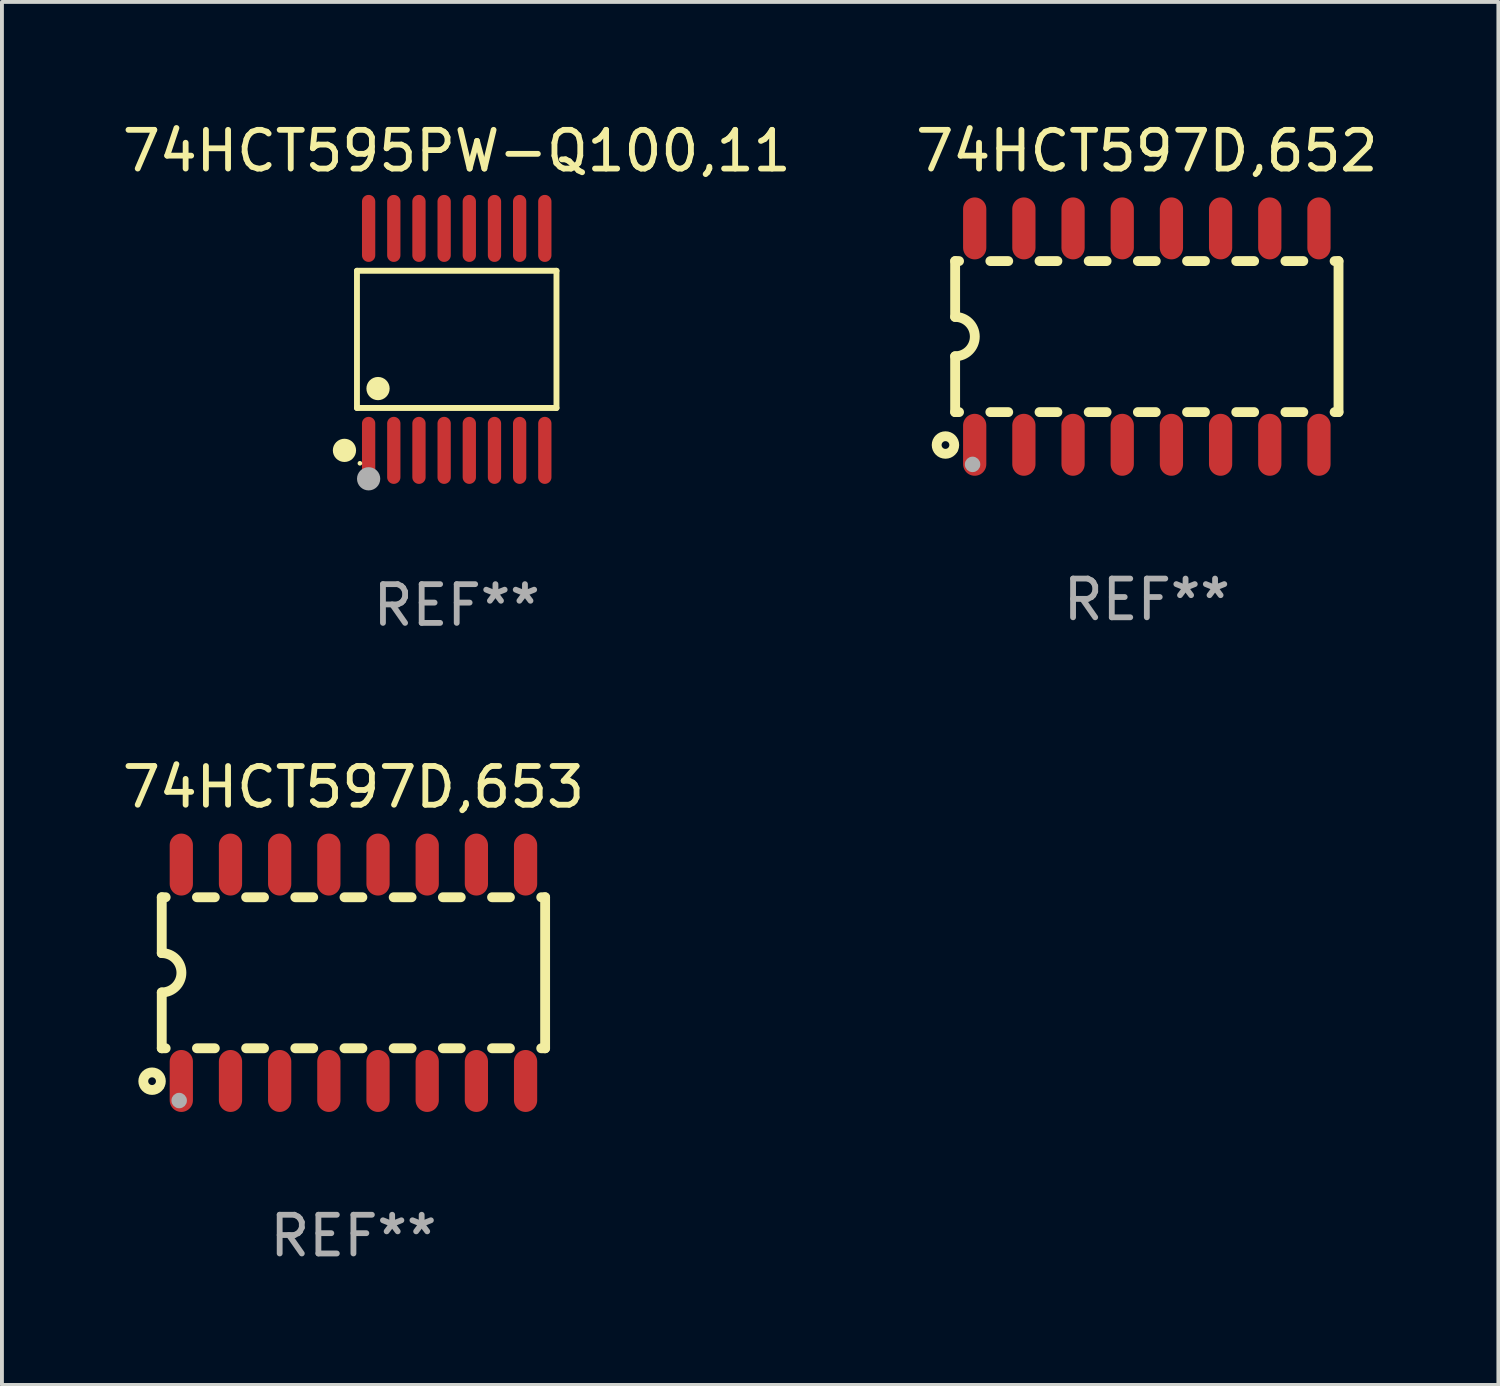
<source format=kicad_pcb>
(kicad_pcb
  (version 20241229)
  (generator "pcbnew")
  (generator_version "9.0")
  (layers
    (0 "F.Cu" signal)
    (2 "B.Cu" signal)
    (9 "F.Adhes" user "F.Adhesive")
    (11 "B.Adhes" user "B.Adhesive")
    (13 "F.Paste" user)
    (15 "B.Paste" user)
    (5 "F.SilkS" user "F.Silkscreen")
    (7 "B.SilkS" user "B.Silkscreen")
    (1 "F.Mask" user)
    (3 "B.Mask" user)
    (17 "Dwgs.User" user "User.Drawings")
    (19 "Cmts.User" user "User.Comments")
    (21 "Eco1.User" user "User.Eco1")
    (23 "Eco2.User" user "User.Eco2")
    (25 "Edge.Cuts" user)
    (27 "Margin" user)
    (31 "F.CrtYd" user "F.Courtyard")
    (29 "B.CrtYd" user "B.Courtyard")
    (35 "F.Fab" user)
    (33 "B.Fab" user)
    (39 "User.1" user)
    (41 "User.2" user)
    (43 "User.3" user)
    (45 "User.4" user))
  (footprint "74HCT597D,653"
    (layer "F.Cu")
    (at 6.077 22.07)
    (property "Reference" "74HCT597D,653" (at 0 -4.794 0) (layer "F.SilkS") (effects (font (size 1 1) (thickness 0.15))))
    (attr through_hole)
    (fp_line (start -4.95 -1.95) (end -4.95 -0.508) (stroke (width 0.254) (type solid)) (layer "F.SilkS"))
    (fp_line (start -4.95 -1.95) (end -4.849 -1.95) (stroke (width 0.254) (type solid)) (layer "F.SilkS"))
    (fp_line (start -4.95 1.95) (end -4.95 0.508) (stroke (width 0.254) (type solid)) (layer "F.SilkS"))
    (fp_line (start -4.95 1.95) (end -4.849 1.95) (stroke (width 0.254) (type solid)) (layer "F.SilkS"))
    (fp_line (start -4.041 -1.95) (end -3.579 -1.95) (stroke (width 0.254) (type solid)) (layer "F.SilkS"))
    (fp_line (start -4.041 1.95) (end -3.579 1.95) (stroke (width 0.254) (type solid)) (layer "F.SilkS"))
    (fp_line (start -2.771 -1.95) (end -2.309 -1.95) (stroke (width 0.254) (type solid)) (layer "F.SilkS"))
    (fp_line (start -2.771 1.95) (end -2.309 1.95) (stroke (width 0.254) (type solid)) (layer "F.SilkS"))
    (fp_line (start -1.501 -1.95) (end -1.039 -1.95) (stroke (width 0.254) (type solid)) (layer "F.SilkS"))
    (fp_line (start -1.501 1.95) (end -1.039 1.95) (stroke (width 0.254) (type solid)) (layer "F.SilkS"))
    (fp_line (start -0.231 -1.95) (end 0.231 -1.95) (stroke (width 0.254) (type solid)) (layer "F.SilkS"))
    (fp_line (start -0.231 1.95) (end 0.231 1.95) (stroke (width 0.254) (type solid)) (layer "F.SilkS"))
    (fp_line (start 1.039 -1.95) (end 1.501 -1.95) (stroke (width 0.254) (type solid)) (layer "F.SilkS"))
    (fp_line (start 1.039 1.95) (end 1.501 1.95) (stroke (width 0.254) (type solid)) (layer "F.SilkS"))
    (fp_line (start 2.309 -1.95) (end 2.771 -1.95) (stroke (width 0.254) (type solid)) (layer "F.SilkS"))
    (fp_line (start 2.309 1.95) (end 2.771 1.95) (stroke (width 0.254) (type solid)) (layer "F.SilkS"))
    (fp_line (start 3.579 -1.95) (end 4.041 -1.95) (stroke (width 0.254) (type solid)) (layer "F.SilkS"))
    (fp_line (start 3.579 1.95) (end 4.041 1.95) (stroke (width 0.254) (type solid)) (layer "F.SilkS"))
    (fp_line (start 4.849 -1.95) (end 4.95 -1.95) (stroke (width 0.254) (type solid)) (layer "F.SilkS"))
    (fp_line (start 4.849 1.95) (end 4.95 1.95) (stroke (width 0.254) (type solid)) (layer "F.SilkS"))
    (fp_line (start 4.95 -1.95) (end 4.95 1.95) (stroke (width 0.254) (type solid)) (layer "F.SilkS"))
    (fp_arc (start -4.95047 -0.508001) (mid -4.442469 -0.000228) (end -4.950013 0.508001) (stroke (width 0.254001) (type solid)) (layer "F.SilkS"))
    (fp_circle (center -5.2 2.8) (end -5.1 2.8) (stroke (width 0.254) (type solid)) (fill no) (layer "F.SilkS"))
    (fp_circle (center -4.95 2.947) (end -4.92 2.947) (stroke (width 0.06) (type solid)) (fill no) (layer "F.SilkS"))
    (fp_circle (center -4.5 3.3) (end -4.4 3.3) (stroke (width 0.2) (type solid)) (fill no) (layer "F.Fab"))
    (fp_text user "REF**" (at 0 6.794 0) (layer "F.Fab") (effects (font (size 1 1) (thickness 0.15))))
    (pad "1" smd oval (at -4.445 2.794) (size 0.6 1.6) (layers "F.Cu" "F.Mask" "F.Paste"))
    (pad "2" smd oval (at -3.175 2.794) (size 0.6 1.6) (layers "F.Cu" "F.Mask" "F.Paste"))
    (pad "3" smd oval (at -1.905 2.794) (size 0.6 1.6) (layers "F.Cu" "F.Mask" "F.Paste"))
    (pad "4" smd oval (at -0.635 2.794) (size 0.6 1.6) (layers "F.Cu" "F.Mask" "F.Paste"))
    (pad "5" smd oval (at 0.635 2.794) (size 0.6 1.6) (layers "F.Cu" "F.Mask" "F.Paste"))
    (pad "6" smd oval (at 1.905 2.794) (size 0.6 1.6) (layers "F.Cu" "F.Mask" "F.Paste"))
    (pad "7" smd oval (at 3.175 2.794) (size 0.6 1.6) (layers "F.Cu" "F.Mask" "F.Paste"))
    (pad "8" smd oval (at 4.445 2.794) (size 0.6 1.6) (layers "F.Cu" "F.Mask" "F.Paste"))
    (pad "9" smd oval (at 4.445 -2.794) (size 0.6 1.6) (layers "F.Cu" "F.Mask" "F.Paste"))
    (pad "10" smd oval (at 3.175 -2.794) (size 0.6 1.6) (layers "F.Cu" "F.Mask" "F.Paste"))
    (pad "11" smd oval (at 1.905 -2.794) (size 0.6 1.6) (layers "F.Cu" "F.Mask" "F.Paste"))
    (pad "12" smd oval (at 0.635 -2.794) (size 0.6 1.6) (layers "F.Cu" "F.Mask" "F.Paste"))
    (pad "13" smd oval (at -0.635 -2.794) (size 0.6 1.6) (layers "F.Cu" "F.Mask" "F.Paste"))
    (pad "14" smd oval (at -1.905 -2.794) (size 0.6 1.6) (layers "F.Cu" "F.Mask" "F.Paste"))
    (pad "15" smd oval (at -3.175 -2.794) (size 0.6 1.6) (layers "F.Cu" "F.Mask" "F.Paste"))
    (pad "16" smd oval (at -4.445 -2.794) (size 0.6 1.6) (layers "F.Cu" "F.Mask" "F.Paste")))
  (footprint "74HCT595PW-Q100,11"
    (layer "F.Cu")
    (at 8.744 5.714)
    (property "Reference" "74HCT595PW-Q100,11" (at 0 -4.866 0) (layer "F.SilkS") (effects (font (size 1 1) (thickness 0.15))))
    (attr through_hole)
    (fp_line (start -2.576 -1.772) (end 2.576 -1.772) (stroke (width 0.152) (type solid)) (layer "F.SilkS"))
    (fp_line (start -2.576 1.771) (end -2.576 -1.772) (stroke (width 0.152) (type solid)) (layer "F.SilkS"))
    (fp_line (start 2.576 -1.772) (end 2.576 1.771) (stroke (width 0.152) (type solid)) (layer "F.SilkS"))
    (fp_line (start 2.576 1.771) (end -2.576 1.771) (stroke (width 0.152) (type solid)) (layer "F.SilkS"))
    (fp_circle (center -2.899 2.866) (end -2.749 2.866) (stroke (width 0.3) (type solid)) (fill no) (layer "F.SilkS"))
    (fp_circle (center -2.5 3.2) (end -2.47 3.2) (stroke (width 0.06) (type solid)) (fill no) (layer "F.SilkS"))
    (fp_circle (center -2.032 1.27) (end -1.882 1.27) (stroke (width 0.3) (type solid)) (fill no) (layer "F.SilkS"))
    (fp_circle (center -2.275 3.6) (end -2.125 3.6) (stroke (width 0.3) (type solid)) (fill no) (layer "F.Fab"))
    (fp_text user "REF**" (at 0 6.866 0) (layer "F.Fab") (effects (font (size 1 1) (thickness 0.15))))
    (pad "1" smd oval (at -2.275 2.866) (size 0.343 1.731) (layers "F.Cu" "F.Mask" "F.Paste"))
    (pad "2" smd oval (at -1.625 2.866) (size 0.343 1.731) (layers "F.Cu" "F.Mask" "F.Paste"))
    (pad "3" smd oval (at -0.975 2.866) (size 0.343 1.731) (layers "F.Cu" "F.Mask" "F.Paste"))
    (pad "4" smd oval (at -0.325 2.866) (size 0.343 1.731) (layers "F.Cu" "F.Mask" "F.Paste"))
    (pad "5" smd oval (at 0.325 2.866) (size 0.343 1.731) (layers "F.Cu" "F.Mask" "F.Paste"))
    (pad "6" smd oval (at 0.975 2.866) (size 0.343 1.731) (layers "F.Cu" "F.Mask" "F.Paste"))
    (pad "7" smd oval (at 1.625 2.866) (size 0.343 1.731) (layers "F.Cu" "F.Mask" "F.Paste"))
    (pad "8" smd oval (at 2.275 2.866) (size 0.343 1.731) (layers "F.Cu" "F.Mask" "F.Paste"))
    (pad "9" smd oval (at 2.275 -2.866) (size 0.343 1.731) (layers "F.Cu" "F.Mask" "F.Paste"))
    (pad "10" smd oval (at 1.625 -2.866) (size 0.343 1.731) (layers "F.Cu" "F.Mask" "F.Paste"))
    (pad "11" smd oval (at 0.975 -2.866) (size 0.343 1.731) (layers "F.Cu" "F.Mask" "F.Paste"))
    (pad "12" smd oval (at 0.325 -2.866) (size 0.343 1.731) (layers "F.Cu" "F.Mask" "F.Paste"))
    (pad "13" smd oval (at -0.325 -2.866) (size 0.343 1.731) (layers "F.Cu" "F.Mask" "F.Paste"))
    (pad "14" smd oval (at -0.975 -2.866) (size 0.343 1.731) (layers "F.Cu" "F.Mask" "F.Paste"))
    (pad "15" smd oval (at -1.625 -2.866) (size 0.343 1.731) (layers "F.Cu" "F.Mask" "F.Paste"))
    (pad "16" smd oval (at -2.275 -2.866) (size 0.343 1.731) (layers "F.Cu" "F.Mask" "F.Paste")))
  (footprint "74HCT597D,652"
    (layer "F.Cu")
    (at 26.565 5.642)
    (property "Reference" "74HCT597D,652" (at 0 -4.794 0) (layer "F.SilkS") (effects (font (size 1 1) (thickness 0.15))))
    (attr through_hole)
    (fp_line (start -4.95 -1.95) (end -4.95 -0.508) (stroke (width 0.254) (type solid)) (layer "F.SilkS"))
    (fp_line (start -4.95 -1.95) (end -4.849 -1.95) (stroke (width 0.254) (type solid)) (layer "F.SilkS"))
    (fp_line (start -4.95 1.95) (end -4.95 0.508) (stroke (width 0.254) (type solid)) (layer "F.SilkS"))
    (fp_line (start -4.95 1.95) (end -4.849 1.95) (stroke (width 0.254) (type solid)) (layer "F.SilkS"))
    (fp_line (start -4.041 -1.95) (end -3.579 -1.95) (stroke (width 0.254) (type solid)) (layer "F.SilkS"))
    (fp_line (start -4.041 1.95) (end -3.579 1.95) (stroke (width 0.254) (type solid)) (layer "F.SilkS"))
    (fp_line (start -2.771 -1.95) (end -2.309 -1.95) (stroke (width 0.254) (type solid)) (layer "F.SilkS"))
    (fp_line (start -2.771 1.95) (end -2.309 1.95) (stroke (width 0.254) (type solid)) (layer "F.SilkS"))
    (fp_line (start -1.501 -1.95) (end -1.039 -1.95) (stroke (width 0.254) (type solid)) (layer "F.SilkS"))
    (fp_line (start -1.501 1.95) (end -1.039 1.95) (stroke (width 0.254) (type solid)) (layer "F.SilkS"))
    (fp_line (start -0.231 -1.95) (end 0.231 -1.95) (stroke (width 0.254) (type solid)) (layer "F.SilkS"))
    (fp_line (start -0.231 1.95) (end 0.231 1.95) (stroke (width 0.254) (type solid)) (layer "F.SilkS"))
    (fp_line (start 1.039 -1.95) (end 1.501 -1.95) (stroke (width 0.254) (type solid)) (layer "F.SilkS"))
    (fp_line (start 1.039 1.95) (end 1.501 1.95) (stroke (width 0.254) (type solid)) (layer "F.SilkS"))
    (fp_line (start 2.309 -1.95) (end 2.771 -1.95) (stroke (width 0.254) (type solid)) (layer "F.SilkS"))
    (fp_line (start 2.309 1.95) (end 2.771 1.95) (stroke (width 0.254) (type solid)) (layer "F.SilkS"))
    (fp_line (start 3.579 -1.95) (end 4.041 -1.95) (stroke (width 0.254) (type solid)) (layer "F.SilkS"))
    (fp_line (start 3.579 1.95) (end 4.041 1.95) (stroke (width 0.254) (type solid)) (layer "F.SilkS"))
    (fp_line (start 4.849 -1.95) (end 4.95 -1.95) (stroke (width 0.254) (type solid)) (layer "F.SilkS"))
    (fp_line (start 4.849 1.95) (end 4.95 1.95) (stroke (width 0.254) (type solid)) (layer "F.SilkS"))
    (fp_line (start 4.95 -1.95) (end 4.95 1.95) (stroke (width 0.254) (type solid)) (layer "F.SilkS"))
    (fp_arc (start -4.95047 -0.508001) (mid -4.442469 -0.000228) (end -4.950013 0.508001) (stroke (width 0.254001) (type solid)) (layer "F.SilkS"))
    (fp_circle (center -5.2 2.8) (end -5.1 2.8) (stroke (width 0.254) (type solid)) (fill no) (layer "F.SilkS"))
    (fp_circle (center -4.95 2.947) (end -4.92 2.947) (stroke (width 0.06) (type solid)) (fill no) (layer "F.SilkS"))
    (fp_circle (center -4.5 3.3) (end -4.4 3.3) (stroke (width 0.2) (type solid)) (fill no) (layer "F.Fab"))
    (fp_text user "REF**" (at 0 6.794 0) (layer "F.Fab") (effects (font (size 1 1) (thickness 0.15))))
    (pad "1" smd oval (at -4.445 2.794) (size 0.6 1.6) (layers "F.Cu" "F.Mask" "F.Paste"))
    (pad "2" smd oval (at -3.175 2.794) (size 0.6 1.6) (layers "F.Cu" "F.Mask" "F.Paste"))
    (pad "3" smd oval (at -1.905 2.794) (size 0.6 1.6) (layers "F.Cu" "F.Mask" "F.Paste"))
    (pad "4" smd oval (at -0.635 2.794) (size 0.6 1.6) (layers "F.Cu" "F.Mask" "F.Paste"))
    (pad "5" smd oval (at 0.635 2.794) (size 0.6 1.6) (layers "F.Cu" "F.Mask" "F.Paste"))
    (pad "6" smd oval (at 1.905 2.794) (size 0.6 1.6) (layers "F.Cu" "F.Mask" "F.Paste"))
    (pad "7" smd oval (at 3.175 2.794) (size 0.6 1.6) (layers "F.Cu" "F.Mask" "F.Paste"))
    (pad "8" smd oval (at 4.445 2.794) (size 0.6 1.6) (layers "F.Cu" "F.Mask" "F.Paste"))
    (pad "9" smd oval (at 4.445 -2.794) (size 0.6 1.6) (layers "F.Cu" "F.Mask" "F.Paste"))
    (pad "10" smd oval (at 3.175 -2.794) (size 0.6 1.6) (layers "F.Cu" "F.Mask" "F.Paste"))
    (pad "11" smd oval (at 1.905 -2.794) (size 0.6 1.6) (layers "F.Cu" "F.Mask" "F.Paste"))
    (pad "12" smd oval (at 0.635 -2.794) (size 0.6 1.6) (layers "F.Cu" "F.Mask" "F.Paste"))
    (pad "13" smd oval (at -0.635 -2.794) (size 0.6 1.6) (layers "F.Cu" "F.Mask" "F.Paste"))
    (pad "14" smd oval (at -1.905 -2.794) (size 0.6 1.6) (layers "F.Cu" "F.Mask" "F.Paste"))
    (pad "15" smd oval (at -3.175 -2.794) (size 0.6 1.6) (layers "F.Cu" "F.Mask" "F.Paste"))
    (pad "16" smd oval (at -4.445 -2.794) (size 0.6 1.6) (layers "F.Cu" "F.Mask" "F.Paste")))
  (gr_rect
    (start -3 -3)
    (end 35.643 32.713)
    (stroke (width 0.1) (type default))
    (fill no)
    (layer "Edge.Cuts")))
</source>
